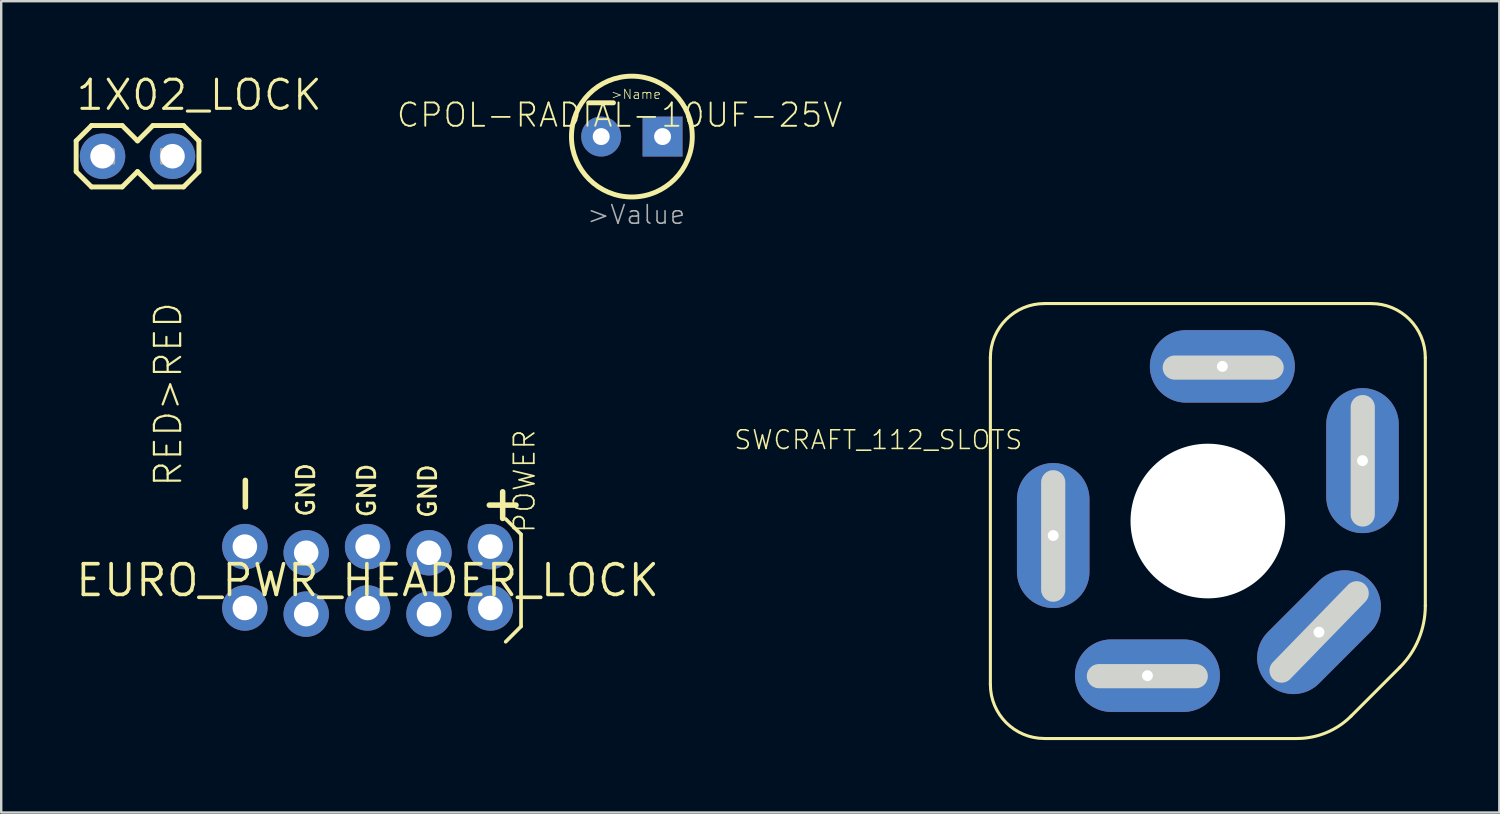
<source format=kicad_pcb>
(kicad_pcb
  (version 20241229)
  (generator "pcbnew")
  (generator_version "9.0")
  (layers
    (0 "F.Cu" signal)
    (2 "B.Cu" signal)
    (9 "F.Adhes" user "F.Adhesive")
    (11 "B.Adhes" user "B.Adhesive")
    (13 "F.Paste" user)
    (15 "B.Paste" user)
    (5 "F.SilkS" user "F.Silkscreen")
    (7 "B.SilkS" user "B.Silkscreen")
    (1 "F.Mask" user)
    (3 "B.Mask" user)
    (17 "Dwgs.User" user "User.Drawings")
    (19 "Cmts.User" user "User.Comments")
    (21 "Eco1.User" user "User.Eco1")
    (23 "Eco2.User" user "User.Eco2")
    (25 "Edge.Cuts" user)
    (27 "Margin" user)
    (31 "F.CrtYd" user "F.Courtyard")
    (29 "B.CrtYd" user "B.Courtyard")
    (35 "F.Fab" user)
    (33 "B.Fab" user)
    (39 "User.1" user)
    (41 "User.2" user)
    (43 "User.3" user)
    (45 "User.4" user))
  (footprint "SWCRAFT_112_SLOTS"
    (layer "F.Cu")
    (at 46.937 18.513)
    (property "Reference" "SWCRAFT_112_SLOTS" (at -7.62 -3.81 0) (layer "F.SilkS") (effects (font (size 0.772 0.772) (thickness 0.065)) (justify right top)))
    (attr through_hole)
    (fp_line (start -9 6.764) (end -9 -6.764) (stroke (width 0.127) (type solid)) (layer "F.SilkS"))
    (fp_line (start -6.764 -9) (end 6.764 -9) (stroke (width 0.127) (type solid)) (layer "F.SilkS"))
    (fp_line (start 3.69 9) (end -6.764 9) (stroke (width 0.127) (type solid)) (layer "F.SilkS"))
    (fp_line (start 7.944 6.056) (end 5.926 8.074) (stroke (width 0.127) (type solid)) (layer "F.SilkS"))
    (fp_line (start 9 -6.764) (end 9 3.507) (stroke (width 0.127) (type solid)) (layer "F.SilkS"))
    (fp_arc (start -9 -6.763934) (mid -8.345071 -8.345071) (end -6.763934 -9) (stroke (width 0.127) (type solid)) (layer "F.SilkS"))
    (fp_arc (start -6.763934 9) (mid -8.345071 8.345071) (end -9 6.763934) (stroke (width 0.127) (type solid)) (layer "F.SilkS"))
    (fp_arc (start 5.926209 8.07379) (mid 4.900293 8.759286) (end 3.690142 9) (stroke (width 0.127) (type solid)) (layer "F.SilkS"))
    (fp_arc (start 6.763934 -9) (mid 8.345071 -8.345071) (end 9 -6.763934) (stroke (width 0.127) (type solid)) (layer "F.SilkS"))
    (fp_arc (start 9 3.506531) (mid 8.725543 4.886315) (end 7.943958 6.05604) (stroke (width 0.127) (type solid)) (layer "F.SilkS"))
    (fp_line (start -6.4 -1.605) (end -6.4 2.84) (stroke (width 1) (type solid)) (layer "Edge.Cuts"))
    (fp_line (start -4.51 6.42) (end -0.5 6.42) (stroke (width 1) (type solid)) (layer "Edge.Cuts"))
    (fp_line (start -1.37 -6.35) (end 2.64 -6.35) (stroke (width 1) (type solid)) (layer "Edge.Cuts"))
    (fp_line (start 3.05 6.19) (end 6.16 2.99) (stroke (width 1) (type solid)) (layer "Edge.Cuts"))
    (fp_line (start 6.41 -4.715) (end 6.41 -0.27) (stroke (width 1) (type solid)) (layer "Edge.Cuts"))
    (pad "" np_thru_hole circle (at 0 0) (size 6.4 6.4) (drill 6.4) (layers "*.Cu" "*.Mask"))
    (pad "RING" thru_hole oval (at 0.6 -6.4) (size 6 3) (drill 0.45) (layers "*.Cu" "*.Mask"))
    (pad "RING_SW" thru_hole oval (at 6.4 -2.5 90) (size 6 3) (drill 0.45) (layers "*.Cu" "*.Mask"))
    (pad "SLEEVE" thru_hole oval (at 4.6 4.6 45) (size 6 3) (drill 0.45) (layers "*.Cu" "*.Mask"))
    (pad "TIP" thru_hole oval (at -6.4 0.6 90) (size 6 3) (drill 0.45) (layers "*.Cu" "*.Mask"))
    (pad "TIP_SW" thru_hole oval (at -2.5 6.4) (size 6 3) (drill 0.45) (layers "*.Cu" "*.Mask")))
  (footprint "EURO_PWR_HEADER_LOCK"
    (layer "F.Cu")
    (at 12.163 20.969)
    (property "Reference" "EURO_PWR_HEADER_LOCK" (at 0 0 0) (layer "F.SilkS") (effects (font (size 1.27 1.27) (thickness 0.15))))
    (attr through_hole)
    (fp_line (start 5.715 -2.54) (end 6.35 -1.905) (stroke (width 0.152) (type solid)) (layer "F.SilkS"))
    (fp_line (start 6.35 -1.905) (end 6.35 1.905) (stroke (width 0.152) (type solid)) (layer "F.SilkS"))
    (fp_line (start 6.35 1.905) (end 5.715 2.54) (stroke (width 0.152) (type solid)) (layer "F.SilkS"))
    (fp_poly (pts (xy -5.334 -1.016) (xy -4.826 -1.016) (xy -4.826 -1.524) (xy -5.334 -1.524)) (stroke (width 0.1) (type solid)) (fill no) (layer "F.Fab"))
    (fp_poly (pts (xy -5.334 1.524) (xy -4.826 1.524) (xy -4.826 1.016) (xy -5.334 1.016)) (stroke (width 0.1) (type solid)) (fill no) (layer "F.Fab"))
    (fp_poly (pts (xy -2.794 -1.016) (xy -2.286 -1.016) (xy -2.286 -1.524) (xy -2.794 -1.524)) (stroke (width 0.1) (type solid)) (fill no) (layer "F.Fab"))
    (fp_poly (pts (xy -2.794 1.524) (xy -2.286 1.524) (xy -2.286 1.016) (xy -2.794 1.016)) (stroke (width 0.1) (type solid)) (fill no) (layer "F.Fab"))
    (fp_poly (pts (xy -0.254 -1.016) (xy 0.254 -1.016) (xy 0.254 -1.524) (xy -0.254 -1.524)) (stroke (width 0.1) (type solid)) (fill no) (layer "F.Fab"))
    (fp_poly (pts (xy -0.254 1.524) (xy 0.254 1.524) (xy 0.254 1.016) (xy -0.254 1.016)) (stroke (width 0.1) (type solid)) (fill no) (layer "F.Fab"))
    (fp_poly (pts (xy 2.286 -1.016) (xy 2.794 -1.016) (xy 2.794 -1.524) (xy 2.286 -1.524)) (stroke (width 0.1) (type solid)) (fill no) (layer "F.Fab"))
    (fp_poly (pts (xy 2.286 1.524) (xy 2.794 1.524) (xy 2.794 1.016) (xy 2.286 1.016)) (stroke (width 0.1) (type solid)) (fill no) (layer "F.Fab"))
    (fp_poly (pts (xy 4.826 -1.016) (xy 5.334 -1.016) (xy 5.334 -1.524) (xy 4.826 -1.524)) (stroke (width 0.1) (type solid)) (fill no) (layer "F.Fab"))
    (fp_poly (pts (xy 4.826 1.524) (xy 5.334 1.524) (xy 5.334 1.016) (xy 4.826 1.016)) (stroke (width 0.1) (type solid)) (fill no) (layer "F.Fab"))
    (fp_text user "POWER" (at 6.985 -1.905 270) (layer "F.SilkS") (effects (font (size 0.845 0.845) (thickness 0.071)) (justify left bottom)))
    (fp_text user "-" (at -4.318 -2.54 90) (layer "F.SilkS") (effects (font (size 1.448 1.448) (thickness 0.229)) (justify left bottom)))
    (fp_text user "GND" (at 0.39 -2.54 90) (layer "F.SilkS") (effects (font (size 0.724 0.724) (thickness 0.114)) (justify left bottom)))
    (fp_text user "+" (at 4.543 -2.374 0) (layer "F.SilkS") (effects (font (size 1.448 1.448) (thickness 0.229)) (justify left bottom)))
    (fp_text user "RED>RED" (at -7.62 -3.81 270) (layer "F.SilkS") (effects (font (size 1.086 1.086) (thickness 0.091)) (justify left bottom)))
    (fp_text user "GND" (at -2.132 -2.567 90) (layer "F.SilkS") (effects (font (size 0.724 0.724) (thickness 0.114)) (justify left bottom)))
    (fp_text user "GND" (at 2.911 -2.513 90) (layer "F.SilkS") (effects (font (size 0.724 0.724) (thickness 0.114)) (justify left bottom)))
    (pad "GND1" thru_hole circle (at -2.54 -1.143) (size 1.88 1.88) (drill 1.016) (layers "*.Cu" "*.Mask"))
    (pad "GND2" thru_hole circle (at -2.54 1.397) (size 1.88 1.88) (drill 1.016) (layers "*.Cu" "*.Mask"))
    (pad "GND3" thru_hole circle (at 0 -1.397) (size 1.88 1.88) (drill 1.016) (layers "*.Cu" "*.Mask"))
    (pad "GND4" thru_hole circle (at 0 1.143) (size 1.88 1.88) (drill 1.016) (layers "*.Cu" "*.Mask"))
    (pad "GND5" thru_hole circle (at 2.54 -1.143) (size 1.88 1.88) (drill 1.016) (layers "*.Cu" "*.Mask"))
    (pad "GND6" thru_hole circle (at 2.54 1.397) (size 1.88 1.88) (drill 1.016) (layers "*.Cu" "*.Mask"))
    (pad "NEG1" thru_hole circle (at -5.08 -1.397) (size 1.88 1.88) (drill 1.016) (layers "*.Cu" "*.Mask"))
    (pad "NEG2" thru_hole circle (at -5.08 1.143) (size 1.88 1.88) (drill 1.016) (layers "*.Cu" "*.Mask"))
    (pad "POS1" thru_hole circle (at 5.08 -1.397) (size 1.88 1.88) (drill 1.016) (layers "*.Cu" "*.Mask"))
    (pad "POS2" thru_hole circle (at 5.08 1.143) (size 1.88 1.88) (drill 1.016) (layers "*.Cu" "*.Mask")))
  (footprint "1X02_LOCK"
    (layer "F.Cu")
    (at 1.372 3.416)
    (property "Reference" "1X02_LOCK" (at -1.346 -1.829 0) (layer "F.SilkS") (effects (font (size 1.206 1.206) (thickness 0.127)) (justify left bottom)))
    (attr through_hole)
    (fp_line (start -1.27 -0.635) (end -1.27 0.635) (stroke (width 0.203) (type solid)) (layer "F.SilkS"))
    (fp_line (start -1.27 0.635) (end -0.635 1.27) (stroke (width 0.203) (type solid)) (layer "F.SilkS"))
    (fp_line (start -0.635 -1.27) (end -1.27 -0.635) (stroke (width 0.203) (type solid)) (layer "F.SilkS"))
    (fp_line (start -0.635 -1.27) (end 0.635 -1.27) (stroke (width 0.203) (type solid)) (layer "F.SilkS"))
    (fp_line (start 0.635 -1.27) (end 1.27 -0.635) (stroke (width 0.203) (type solid)) (layer "F.SilkS"))
    (fp_line (start 0.635 1.27) (end -0.635 1.27) (stroke (width 0.203) (type solid)) (layer "F.SilkS"))
    (fp_line (start 1.27 -0.635) (end 1.905 -1.27) (stroke (width 0.203) (type solid)) (layer "F.SilkS"))
    (fp_line (start 1.27 0.635) (end 0.635 1.27) (stroke (width 0.203) (type solid)) (layer "F.SilkS"))
    (fp_line (start 1.905 -1.27) (end 3.175 -1.27) (stroke (width 0.203) (type solid)) (layer "F.SilkS"))
    (fp_line (start 1.905 1.27) (end 1.27 0.635) (stroke (width 0.203) (type solid)) (layer "F.SilkS"))
    (fp_line (start 3.175 -1.27) (end 3.81 -0.635) (stroke (width 0.203) (type solid)) (layer "F.SilkS"))
    (fp_line (start 3.175 1.27) (end 1.905 1.27) (stroke (width 0.203) (type solid)) (layer "F.SilkS"))
    (fp_line (start 3.81 -0.635) (end 3.81 0.635) (stroke (width 0.203) (type solid)) (layer "F.SilkS"))
    (fp_line (start 3.81 0.635) (end 3.175 1.27) (stroke (width 0.203) (type solid)) (layer "F.SilkS"))
    (fp_poly (pts (xy -0.292 0.292) (xy 0.292 0.292) (xy 0.292 -0.292) (xy -0.292 -0.292)) (stroke (width 0.1) (type solid)) (fill no) (layer "F.Fab"))
    (fp_poly (pts (xy 2.248 0.292) (xy 2.832 0.292) (xy 2.832 -0.292) (xy 2.248 -0.292)) (stroke (width 0.1) (type solid)) (fill no) (layer "F.Fab"))
    (pad "1" thru_hole circle (at -0.178 0 90) (size 1.88 1.88) (drill 1.016) (layers "*.Cu" "*.Mask"))
    (pad "2" thru_hole circle (at 2.718 0 90) (size 1.88 1.88) (drill 1.016) (layers "*.Cu" "*.Mask")))
  (footprint "CPOL-RADIAL-10UF-25V"
    (layer "F.Cu")
    (at 23.1 2.602)
    (property "Reference" "CPOL-RADIAL-10UF-25V" (at -0.508 -0.889 0) (layer "F.SilkS") (effects (font (size 0.965 0.965) (thickness 0.077))))
    (attr through_hole)
    (fp_line (start -0.762 -1.397) (end -1.778 -1.397) (stroke (width 0.203) (type solid)) (layer "F.SilkS"))
    (fp_circle (center 0 0) (end 2.5 0) (stroke (width 0.203) (type solid)) (fill no) (layer "F.SilkS"))
    (fp_text user ">Name" (at -0.889 -1.524 0) (layer "F.SilkS") (effects (font (size 0.386 0.386) (thickness 0.033)) (justify left bottom)))
    (fp_text user ">Value" (at -1.905 3.683 0) (layer "F.Fab") (effects (font (size 0.772 0.772) (thickness 0.065)) (justify left bottom)))
    (pad "1" thru_hole rect (at 1.27 0) (size 1.651 1.651) (drill 0.7) (layers "*.Cu" "*.Mask"))
    (pad "2" thru_hole circle (at -1.27 0) (size 1.651 1.651) (drill 0.7) (layers "*.Cu" "*.Mask")))
  (gr_rect
    (start -3 -3)
    (end 59 30.576)
    (stroke (width 0.1) (type default))
    (fill no)
    (layer "Edge.Cuts")))
</source>
